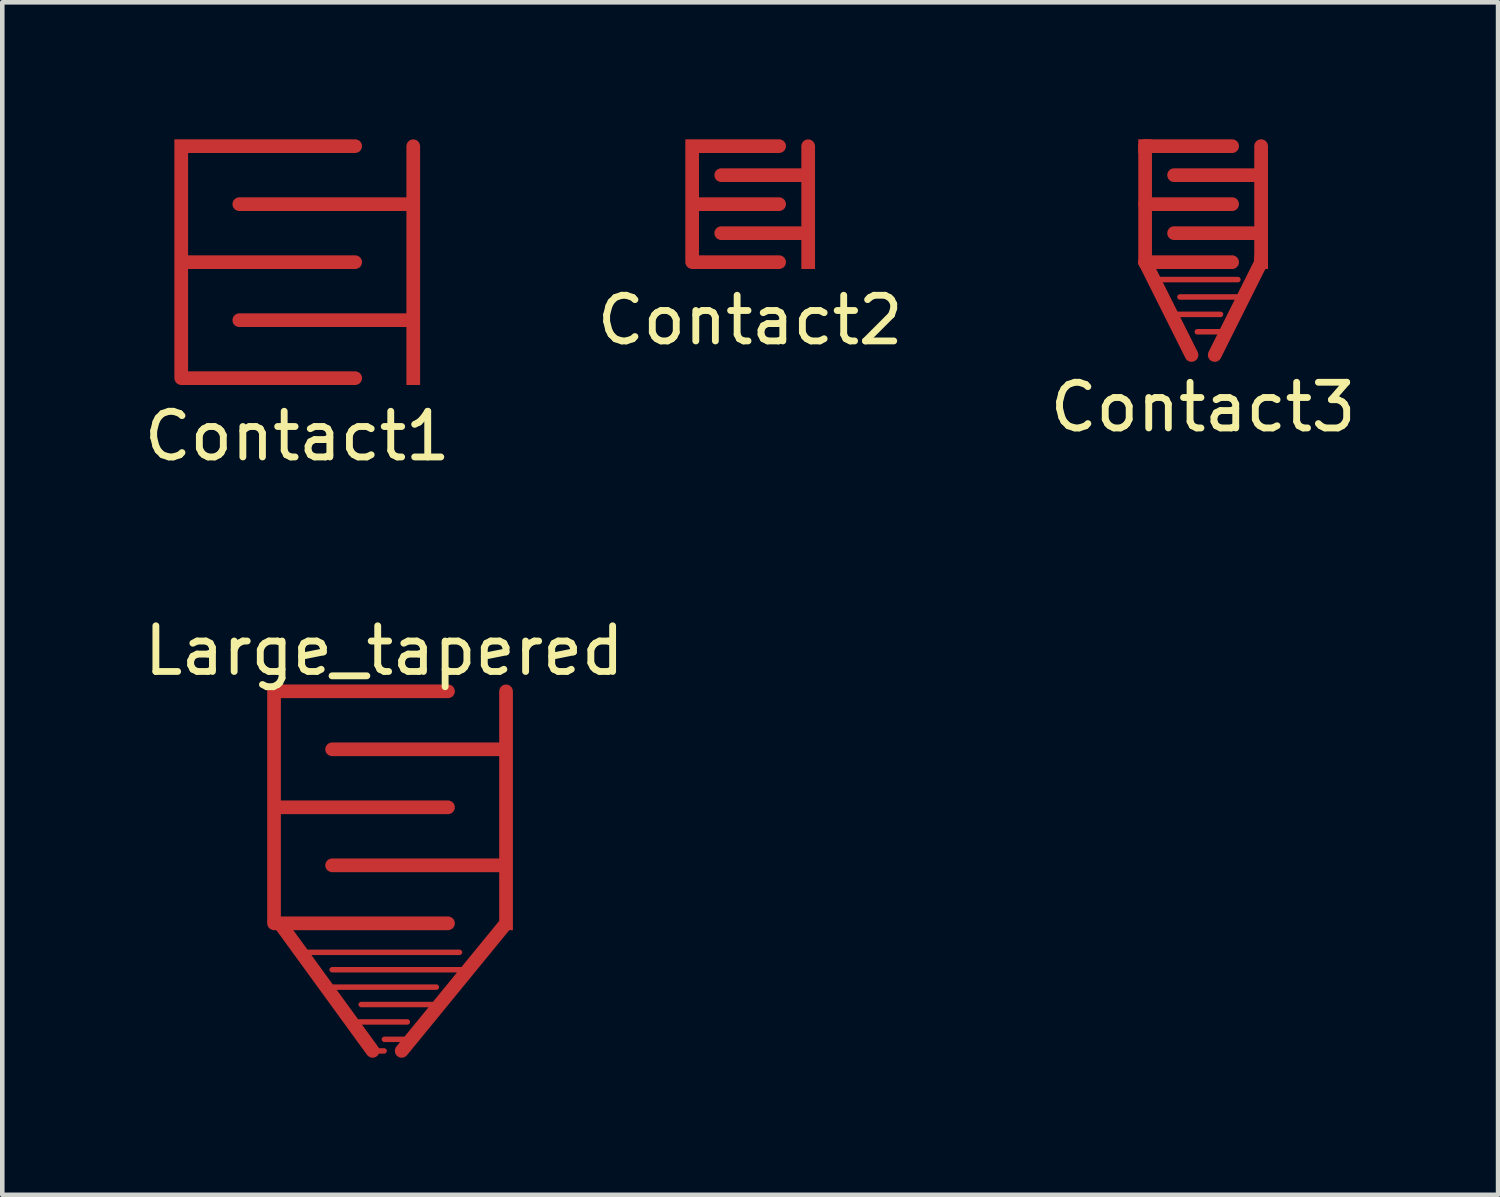
<source format=kicad_pcb>
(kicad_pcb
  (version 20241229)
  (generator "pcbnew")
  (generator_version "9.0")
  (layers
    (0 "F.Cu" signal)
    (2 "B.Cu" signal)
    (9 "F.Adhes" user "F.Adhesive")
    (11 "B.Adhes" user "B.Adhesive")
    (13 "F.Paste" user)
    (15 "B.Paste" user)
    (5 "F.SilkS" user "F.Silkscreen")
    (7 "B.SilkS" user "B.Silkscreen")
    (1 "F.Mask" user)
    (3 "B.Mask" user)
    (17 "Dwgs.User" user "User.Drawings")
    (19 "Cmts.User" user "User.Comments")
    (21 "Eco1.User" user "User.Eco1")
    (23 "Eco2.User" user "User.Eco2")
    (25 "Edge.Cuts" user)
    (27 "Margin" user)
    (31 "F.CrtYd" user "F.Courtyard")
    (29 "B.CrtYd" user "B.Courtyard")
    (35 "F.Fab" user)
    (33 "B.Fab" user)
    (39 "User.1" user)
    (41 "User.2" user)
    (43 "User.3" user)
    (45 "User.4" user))
  (footprint "Contact2"
    (layer "F.Cu")
    (at 13.375 1.42)
    (property "Reference" "Contact2" (at 0 2.54 0) (layer "F.SilkS") (effects (font (size 1 1) (thickness 0.15))))
    (attr smd)
    (pad "1" connect custom (at 1.27 1.27) (size 0.3 0.3) (layers "F.Cu" "F.Mask") (options (anchor rect)) (primitives (gr_line (start -1.905 -0.635) (end 0 -0.635) (width 0.3)) (gr_line (start 0 -1.905) (end -1.905 -1.905) (width 0.3)) (gr_line (start 0 -2.54) (end 0 0) (width 0.3))))
    (pad "2" connect custom (at -1.27 -1.27) (size 0.3 0.3) (layers "F.Cu" "F.Mask") (options (anchor rect)) (primitives (gr_line (start 0 2.54) (end 1.905 2.54) (width 0.3)) (gr_line (start 0 0) (end 1.905 0) (width 0.3)) (gr_line (start 0 1.27) (end 1.905 1.27) (width 0.3)) (gr_line (start 0 0) (end 0 2.54) (width 0.3)))))
  (footprint "Contact1"
    (layer "F.Cu")
    (at 3.458 2.69)
    (property "Reference" "Contact1" (at 0 3.81 0) (layer "F.SilkS") (effects (font (size 1 1) (thickness 0.15))))
    (attr smd)
    (pad "1" connect custom (at 2.54 2.54) (size 0.3 0.3) (layers "F.Cu" "F.Mask") (options (anchor rect)) (primitives (gr_line (start 0 -5.08) (end 0 0) (width 0.3)) (gr_line (start 0 -1.27) (end -3.81 -1.27) (width 0.3)) (gr_line (start 0 -3.81) (end -3.81 -3.81) (width 0.3))))
    (pad "2" connect custom (at -2.54 -2.54) (size 0.3 0.3) (layers "F.Cu" "F.Mask") (options (anchor rect)) (primitives (gr_line (start 0 2.54) (end 3.81 2.54) (width 0.3)) (gr_line (start 0 0) (end 0 5.08) (width 0.3)) (gr_line (start 0 5.08) (end 3.81 5.08) (width 0.3)) (gr_line (start 3.81 0) (end 0 0) (width 0.3)))))
  (footprint "Contact3"
    (layer "F.Cu")
    (at 23.292 1.42)
    (property "Reference" "Contact3" (at 0 4.445 0) (layer "F.SilkS") (effects (font (size 1 1) (thickness 0.15))))
    (attr smd)
    (fp_line (start -1.27 -1.27) (end -1.27 1.27) (stroke (width 0.3) (type solid)) (layer "F.Cu"))
    (fp_line (start -1.27 -1.27) (end 0.635 -1.27) (stroke (width 0.3) (type solid)) (layer "F.Cu"))
    (fp_line (start -1.27 0) (end 0.635 0) (stroke (width 0.3) (type solid)) (layer "F.Cu"))
    (fp_line (start -1.27 1.27) (end -0.254 3.302) (stroke (width 0.3) (type solid)) (layer "F.Cu"))
    (fp_line (start -1.27 1.27) (end 0.635 1.27) (stroke (width 0.3) (type solid)) (layer "F.Cu"))
    (fp_line (start -1.016 1.651) (end 0.762 1.651) (stroke (width 0.12) (type solid)) (layer "F.Cu"))
    (fp_line (start -0.635 0.635) (end 1.27 0.635) (stroke (width 0.3) (type solid)) (layer "F.Cu"))
    (fp_line (start -0.635 2.413) (end 0.381 2.413) (stroke (width 0.12) (type solid)) (layer "F.Cu"))
    (fp_line (start 0.508 2.794) (end -0.127 2.794) (stroke (width 0.12) (type solid)) (layer "F.Cu"))
    (fp_line (start 0.889 2.032) (end -0.508 2.032) (stroke (width 0.12) (type solid)) (layer "F.Cu"))
    (fp_line (start 1.27 -1.27) (end 1.27 1.27) (stroke (width 0.3) (type solid)) (layer "F.Cu"))
    (fp_line (start 1.27 -0.635) (end -0.635 -0.635) (stroke (width 0.3) (type solid)) (layer "F.Cu"))
    (fp_line (start 1.27 1.27) (end 0.254 3.302) (stroke (width 0.3) (type solid)) (layer "F.Cu"))
    (pad "1" connect rect (at 1.27 1.27) (size 0.3 0.3) (layers "F.Cu" "F.Mask"))
    (pad "2" connect rect (at -1.27 -1.27) (size 0.3 0.3) (layers "F.Cu" "F.Mask")))
  (footprint "Large_tapered"
    (layer "F.Cu")
    (at 5.49 14.626)
    (property "Reference" "Large_tapered" (at -0.127 -3.429 0) (layer "F.SilkS") (effects (font (size 1 1) (thickness 0.15))))
    (attr smd)
    (pad "1" connect custom (at 2.54 2.54) (size 0.3 0.3) (layers "F.Cu" "F.Mask") (options (anchor rect)) (primitives (gr_line (start 0 -1.27) (end -3.81 -1.27) (width 0.3)) (gr_line (start 0 0) (end -2.286 2.794) (width 0.3)) (gr_line (start 0 -3.81) (end -3.81 -3.81) (width 0.3)) (gr_line (start -1.524 1.778) (end -3.175 1.778) (width 0.12)) (gr_line (start -2.159 2.54) (end -2.667 2.54) (width 0.12)) (gr_line (start -0.889 1.016) (end -3.81 1.016) (width 0.12)) (gr_line (start 0 -5.08) (end 0 0) (width 0.3))))
    (pad "2" connect custom (at -2.54 -2.54) (size 0.3 0.3) (layers "F.Cu" "F.Mask") (options (anchor rect)) (primitives (gr_line (start 0 0) (end 0 5.08) (width 0.3)) (gr_line (start 1.143 6.477) (end 3.556 6.477) (width 0.12)) (gr_line (start 1.778 7.239) (end 2.921 7.239) (width 0.12)) (gr_line (start 3.81 0) (end 0 0) (width 0.3)) (gr_line (start 0 5.08) (end 3.81 5.08) (width 0.3)) (gr_line (start 0 2.54) (end 3.81 2.54) (width 0.3)) (gr_line (start 0.127 5.08) (end 2.159 7.874) (width 0.3)) (gr_line (start 0.635 5.715) (end 4.064 5.715) (width 0.12)) (gr_line (start 2.159 7.874) (end 2.413 7.874) (width 0.12)))))
  (gr_rect
    (start -3 -3)
    (end 29.75 23.11)
    (stroke (width 0.1) (type default))
    (fill no)
    (layer "Edge.Cuts")))
</source>
